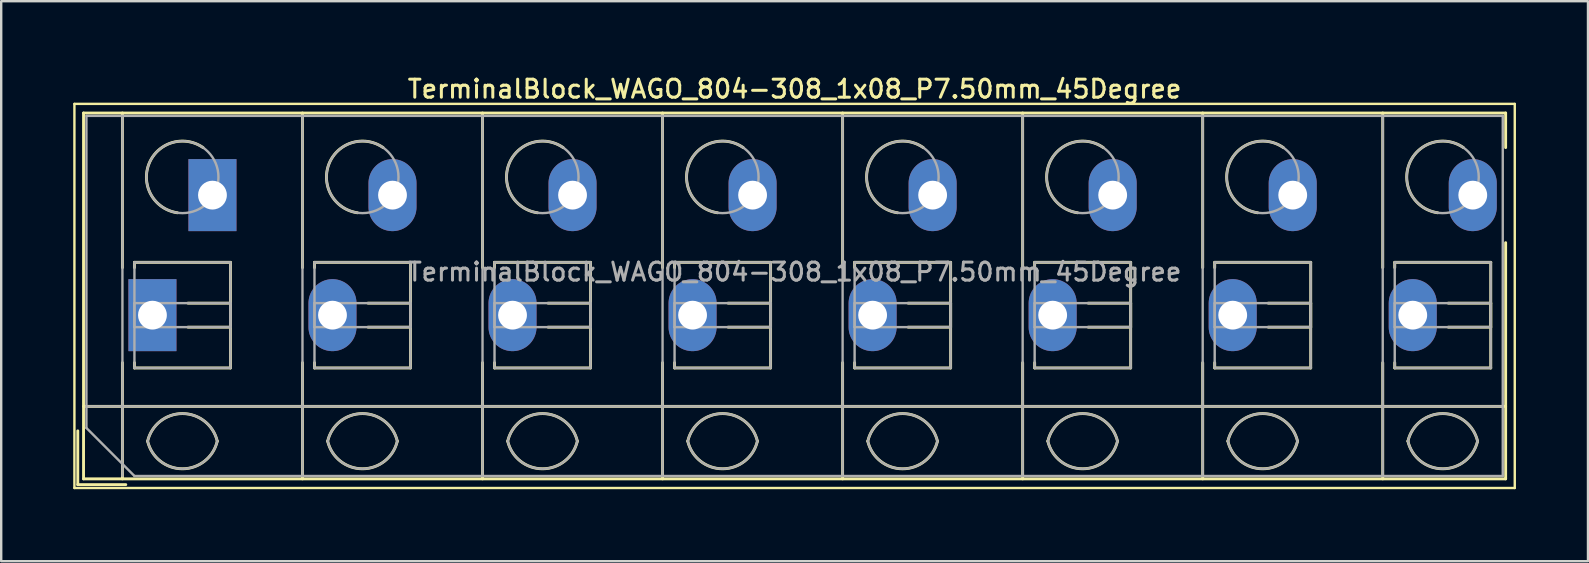
<source format=kicad_pcb>
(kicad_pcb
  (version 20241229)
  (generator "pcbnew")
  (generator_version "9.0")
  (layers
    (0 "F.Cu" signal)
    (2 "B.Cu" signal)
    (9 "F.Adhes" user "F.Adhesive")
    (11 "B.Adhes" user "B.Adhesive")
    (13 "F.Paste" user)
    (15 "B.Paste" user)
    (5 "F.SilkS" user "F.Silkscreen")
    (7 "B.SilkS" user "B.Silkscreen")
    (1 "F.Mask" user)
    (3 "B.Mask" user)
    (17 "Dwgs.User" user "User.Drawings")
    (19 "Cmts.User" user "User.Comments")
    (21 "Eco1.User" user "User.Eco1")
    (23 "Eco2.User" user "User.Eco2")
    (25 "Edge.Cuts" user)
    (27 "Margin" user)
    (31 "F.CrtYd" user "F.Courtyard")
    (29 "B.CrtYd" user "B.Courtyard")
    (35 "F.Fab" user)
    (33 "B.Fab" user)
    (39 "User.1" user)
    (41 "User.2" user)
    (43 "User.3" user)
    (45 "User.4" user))
  (footprint "TerminalBlock_WAGO_804-308_1x08_P7.50mm_45Degree"
    (layer "F.Cu")
    (at 3.3 10.078)
    (property "Reference" "TerminalBlock_WAGO_804-308_1x08_P7.50mm_45Degree" (at 26.75 -9.42 0) (layer "F.SilkS") (effects (font (size 0.75 0.75) (thickness 0.125))))
    (attr through_hole)
    (fp_line (start -3.25 -8.8) (end -3.25 7.2) (stroke (width 0.1) (type solid)) (layer "F.SilkS"))
    (fp_line (start -3.25 7.2) (end 56.75 7.2) (stroke (width 0.1) (type solid)) (layer "F.SilkS"))
    (fp_line (start -3.11 4.82) (end -3.11 7.06) (stroke (width 0.12) (type solid)) (layer "F.SilkS"))
    (fp_line (start -3.11 7.06) (end -1.11 7.06) (stroke (width 0.12) (type solid)) (layer "F.SilkS"))
    (fp_line (start -2.87 -8.42) (end -2.87 6.82) (stroke (width 0.12) (type solid)) (layer "F.SilkS"))
    (fp_line (start -2.87 -8.42) (end 56.37 -8.42) (stroke (width 0.12) (type solid)) (layer "F.SilkS"))
    (fp_line (start -2.87 3.8) (end 56.37 3.8) (stroke (width 0.12) (type solid)) (layer "F.SilkS"))
    (fp_line (start -2.87 6.82) (end 56.37 6.82) (stroke (width 0.12) (type solid)) (layer "F.SilkS"))
    (fp_line (start -1.25 -8.42) (end -1.25 -1.98) (stroke (width 0.12) (type solid)) (layer "F.SilkS"))
    (fp_line (start -1.25 1.98) (end -1.25 6.82) (stroke (width 0.12) (type solid)) (layer "F.SilkS"))
    (fp_line (start -0.75 -2.2) (end -0.75 -1.98) (stroke (width 0.12) (type solid)) (layer "F.SilkS"))
    (fp_line (start -0.75 -2.2) (end 3.25 -2.2) (stroke (width 0.12) (type solid)) (layer "F.SilkS"))
    (fp_line (start -0.75 1.98) (end -0.75 2.2) (stroke (width 0.12) (type solid)) (layer "F.SilkS"))
    (fp_line (start -0.75 2.2) (end 3.25 2.2) (stroke (width 0.12) (type solid)) (layer "F.SilkS"))
    (fp_line (start 1.48 -0.5) (end 3.25 -0.5) (stroke (width 0.12) (type solid)) (layer "F.SilkS"))
    (fp_line (start 1.48 0.5) (end 3.25 0.5) (stroke (width 0.12) (type solid)) (layer "F.SilkS"))
    (fp_line (start 3.25 -2.2) (end 3.25 2.2) (stroke (width 0.12) (type solid)) (layer "F.SilkS"))
    (fp_line (start 3.25 -0.5) (end 3.25 0.5) (stroke (width 0.12) (type solid)) (layer "F.SilkS"))
    (fp_line (start 6.25 -8.42) (end 6.25 -1.98) (stroke (width 0.12) (type solid)) (layer "F.SilkS"))
    (fp_line (start 6.25 1.98) (end 6.25 6.82) (stroke (width 0.12) (type solid)) (layer "F.SilkS"))
    (fp_line (start 6.75 -2.2) (end 6.75 -1.98) (stroke (width 0.12) (type solid)) (layer "F.SilkS"))
    (fp_line (start 6.75 -2.2) (end 10.75 -2.2) (stroke (width 0.12) (type solid)) (layer "F.SilkS"))
    (fp_line (start 6.75 1.98) (end 6.75 2.2) (stroke (width 0.12) (type solid)) (layer "F.SilkS"))
    (fp_line (start 6.75 2.2) (end 10.75 2.2) (stroke (width 0.12) (type solid)) (layer "F.SilkS"))
    (fp_line (start 8.98 -0.5) (end 10.75 -0.5) (stroke (width 0.12) (type solid)) (layer "F.SilkS"))
    (fp_line (start 8.98 0.5) (end 10.75 0.5) (stroke (width 0.12) (type solid)) (layer "F.SilkS"))
    (fp_line (start 10.75 -2.2) (end 10.75 2.2) (stroke (width 0.12) (type solid)) (layer "F.SilkS"))
    (fp_line (start 10.75 -0.5) (end 10.75 0.5) (stroke (width 0.12) (type solid)) (layer "F.SilkS"))
    (fp_line (start 13.75 -8.42) (end 13.75 -1.98) (stroke (width 0.12) (type solid)) (layer "F.SilkS"))
    (fp_line (start 13.75 1.98) (end 13.75 6.82) (stroke (width 0.12) (type solid)) (layer "F.SilkS"))
    (fp_line (start 14.25 -2.2) (end 14.25 -1.98) (stroke (width 0.12) (type solid)) (layer "F.SilkS"))
    (fp_line (start 14.25 -2.2) (end 18.25 -2.2) (stroke (width 0.12) (type solid)) (layer "F.SilkS"))
    (fp_line (start 14.25 1.98) (end 14.25 2.2) (stroke (width 0.12) (type solid)) (layer "F.SilkS"))
    (fp_line (start 14.25 2.2) (end 18.25 2.2) (stroke (width 0.12) (type solid)) (layer "F.SilkS"))
    (fp_line (start 16.48 -0.5) (end 18.25 -0.5) (stroke (width 0.12) (type solid)) (layer "F.SilkS"))
    (fp_line (start 16.48 0.5) (end 18.25 0.5) (stroke (width 0.12) (type solid)) (layer "F.SilkS"))
    (fp_line (start 18.25 -2.2) (end 18.25 2.2) (stroke (width 0.12) (type solid)) (layer "F.SilkS"))
    (fp_line (start 18.25 -0.5) (end 18.25 0.5) (stroke (width 0.12) (type solid)) (layer "F.SilkS"))
    (fp_line (start 21.25 -8.42) (end 21.25 -1.98) (stroke (width 0.12) (type solid)) (layer "F.SilkS"))
    (fp_line (start 21.25 1.98) (end 21.25 6.82) (stroke (width 0.12) (type solid)) (layer "F.SilkS"))
    (fp_line (start 21.75 -2.2) (end 21.75 -1.98) (stroke (width 0.12) (type solid)) (layer "F.SilkS"))
    (fp_line (start 21.75 -2.2) (end 25.75 -2.2) (stroke (width 0.12) (type solid)) (layer "F.SilkS"))
    (fp_line (start 21.75 1.98) (end 21.75 2.2) (stroke (width 0.12) (type solid)) (layer "F.SilkS"))
    (fp_line (start 21.75 2.2) (end 25.75 2.2) (stroke (width 0.12) (type solid)) (layer "F.SilkS"))
    (fp_line (start 23.98 -0.5) (end 25.75 -0.5) (stroke (width 0.12) (type solid)) (layer "F.SilkS"))
    (fp_line (start 23.98 0.5) (end 25.75 0.5) (stroke (width 0.12) (type solid)) (layer "F.SilkS"))
    (fp_line (start 25.75 -2.2) (end 25.75 2.2) (stroke (width 0.12) (type solid)) (layer "F.SilkS"))
    (fp_line (start 25.75 -0.5) (end 25.75 0.5) (stroke (width 0.12) (type solid)) (layer "F.SilkS"))
    (fp_line (start 28.75 -8.42) (end 28.75 -1.98) (stroke (width 0.12) (type solid)) (layer "F.SilkS"))
    (fp_line (start 28.75 1.98) (end 28.75 6.82) (stroke (width 0.12) (type solid)) (layer "F.SilkS"))
    (fp_line (start 29.25 -2.2) (end 29.25 -1.98) (stroke (width 0.12) (type solid)) (layer "F.SilkS"))
    (fp_line (start 29.25 -2.2) (end 33.25 -2.2) (stroke (width 0.12) (type solid)) (layer "F.SilkS"))
    (fp_line (start 29.25 1.98) (end 29.25 2.2) (stroke (width 0.12) (type solid)) (layer "F.SilkS"))
    (fp_line (start 29.25 2.2) (end 33.25 2.2) (stroke (width 0.12) (type solid)) (layer "F.SilkS"))
    (fp_line (start 31.48 -0.5) (end 33.25 -0.5) (stroke (width 0.12) (type solid)) (layer "F.SilkS"))
    (fp_line (start 31.48 0.5) (end 33.25 0.5) (stroke (width 0.12) (type solid)) (layer "F.SilkS"))
    (fp_line (start 33.25 -2.2) (end 33.25 2.2) (stroke (width 0.12) (type solid)) (layer "F.SilkS"))
    (fp_line (start 33.25 -0.5) (end 33.25 0.5) (stroke (width 0.12) (type solid)) (layer "F.SilkS"))
    (fp_line (start 36.25 -8.42) (end 36.25 -1.98) (stroke (width 0.12) (type solid)) (layer "F.SilkS"))
    (fp_line (start 36.25 1.98) (end 36.25 6.82) (stroke (width 0.12) (type solid)) (layer "F.SilkS"))
    (fp_line (start 36.75 -2.2) (end 36.75 -1.98) (stroke (width 0.12) (type solid)) (layer "F.SilkS"))
    (fp_line (start 36.75 -2.2) (end 40.75 -2.2) (stroke (width 0.12) (type solid)) (layer "F.SilkS"))
    (fp_line (start 36.75 1.98) (end 36.75 2.2) (stroke (width 0.12) (type solid)) (layer "F.SilkS"))
    (fp_line (start 36.75 2.2) (end 40.75 2.2) (stroke (width 0.12) (type solid)) (layer "F.SilkS"))
    (fp_line (start 38.98 -0.5) (end 40.75 -0.5) (stroke (width 0.12) (type solid)) (layer "F.SilkS"))
    (fp_line (start 38.98 0.5) (end 40.75 0.5) (stroke (width 0.12) (type solid)) (layer "F.SilkS"))
    (fp_line (start 40.75 -2.2) (end 40.75 2.2) (stroke (width 0.12) (type solid)) (layer "F.SilkS"))
    (fp_line (start 40.75 -0.5) (end 40.75 0.5) (stroke (width 0.12) (type solid)) (layer "F.SilkS"))
    (fp_line (start 43.75 -8.42) (end 43.75 -1.98) (stroke (width 0.12) (type solid)) (layer "F.SilkS"))
    (fp_line (start 43.75 1.98) (end 43.75 6.82) (stroke (width 0.12) (type solid)) (layer "F.SilkS"))
    (fp_line (start 44.25 -2.2) (end 44.25 -1.98) (stroke (width 0.12) (type solid)) (layer "F.SilkS"))
    (fp_line (start 44.25 -2.2) (end 48.25 -2.2) (stroke (width 0.12) (type solid)) (layer "F.SilkS"))
    (fp_line (start 44.25 1.98) (end 44.25 2.2) (stroke (width 0.12) (type solid)) (layer "F.SilkS"))
    (fp_line (start 44.25 2.2) (end 48.25 2.2) (stroke (width 0.12) (type solid)) (layer "F.SilkS"))
    (fp_line (start 46.48 -0.5) (end 48.25 -0.5) (stroke (width 0.12) (type solid)) (layer "F.SilkS"))
    (fp_line (start 46.48 0.5) (end 48.25 0.5) (stroke (width 0.12) (type solid)) (layer "F.SilkS"))
    (fp_line (start 48.25 -2.2) (end 48.25 2.2) (stroke (width 0.12) (type solid)) (layer "F.SilkS"))
    (fp_line (start 48.25 -0.5) (end 48.25 0.5) (stroke (width 0.12) (type solid)) (layer "F.SilkS"))
    (fp_line (start 51.25 -8.42) (end 51.25 -1.98) (stroke (width 0.12) (type solid)) (layer "F.SilkS"))
    (fp_line (start 51.25 1.98) (end 51.25 6.82) (stroke (width 0.12) (type solid)) (layer "F.SilkS"))
    (fp_line (start 51.75 -2.2) (end 51.75 -1.98) (stroke (width 0.12) (type solid)) (layer "F.SilkS"))
    (fp_line (start 51.75 -2.2) (end 55.75 -2.2) (stroke (width 0.12) (type solid)) (layer "F.SilkS"))
    (fp_line (start 51.75 1.98) (end 51.75 2.2) (stroke (width 0.12) (type solid)) (layer "F.SilkS"))
    (fp_line (start 51.75 2.2) (end 55.75 2.2) (stroke (width 0.12) (type solid)) (layer "F.SilkS"))
    (fp_line (start 53.98 -0.5) (end 55.75 -0.5) (stroke (width 0.12) (type solid)) (layer "F.SilkS"))
    (fp_line (start 53.98 0.5) (end 55.75 0.5) (stroke (width 0.12) (type solid)) (layer "F.SilkS"))
    (fp_line (start 55.75 -2.2) (end 55.75 2.2) (stroke (width 0.12) (type solid)) (layer "F.SilkS"))
    (fp_line (start 55.75 -0.5) (end 55.75 0.5) (stroke (width 0.12) (type solid)) (layer "F.SilkS"))
    (fp_line (start 56.37 -8.42) (end 56.37 -6.98) (stroke (width 0.12) (type solid)) (layer "F.SilkS"))
    (fp_line (start 56.37 -3.02) (end 56.37 6.82) (stroke (width 0.12) (type solid)) (layer "F.SilkS"))
    (fp_line (start 56.75 -8.8) (end -3.25 -8.8) (stroke (width 0.1) (type solid)) (layer "F.SilkS"))
    (fp_line (start 56.75 7.2) (end 56.75 -8.8) (stroke (width 0.1) (type solid)) (layer "F.SilkS"))
    (fp_arc (start -0.200865 5.250424) (mid 1.250296 4.099926) (end 2.701 5.251) (stroke (width 0.12) (type solid)) (layer "F.SilkS"))
    (fp_arc (start 1.040798 -4.264067) (mid -0.146039 -6.300306) (end 2.111 -6.979) (stroke (width 0.12) (type solid)) (layer "F.SilkS"))
    (fp_arc (start 2.7 5.25) (mid 1.250068 6.400101) (end -0.199969 5.250133) (stroke (width 0.12) (type solid)) (layer "F.SilkS"))
    (fp_arc (start 7.299135 5.250424) (mid 8.750296 4.099926) (end 10.201 5.251) (stroke (width 0.12) (type solid)) (layer "F.SilkS"))
    (fp_arc (start 8.540798 -4.264067) (mid 7.353961 -6.300306) (end 9.611 -6.979) (stroke (width 0.12) (type solid)) (layer "F.SilkS"))
    (fp_arc (start 10.2 5.25) (mid 8.750068 6.400101) (end 7.300031 5.250133) (stroke (width 0.12) (type solid)) (layer "F.SilkS"))
    (fp_arc (start 14.799135 5.250424) (mid 16.250296 4.099926) (end 17.701 5.251) (stroke (width 0.12) (type solid)) (layer "F.SilkS"))
    (fp_arc (start 16.040798 -4.264067) (mid 14.853961 -6.300306) (end 17.111 -6.979) (stroke (width 0.12) (type solid)) (layer "F.SilkS"))
    (fp_arc (start 17.7 5.25) (mid 16.250068 6.400101) (end 14.800031 5.250133) (stroke (width 0.12) (type solid)) (layer "F.SilkS"))
    (fp_arc (start 22.299135 5.250424) (mid 23.750296 4.099926) (end 25.201 5.251) (stroke (width 0.12) (type solid)) (layer "F.SilkS"))
    (fp_arc (start 23.540798 -4.264067) (mid 22.353961 -6.300306) (end 24.611 -6.979) (stroke (width 0.12) (type solid)) (layer "F.SilkS"))
    (fp_arc (start 25.2 5.25) (mid 23.750068 6.400101) (end 22.300031 5.250133) (stroke (width 0.12) (type solid)) (layer "F.SilkS"))
    (fp_arc (start 29.799135 5.250424) (mid 31.250296 4.099926) (end 32.701 5.251) (stroke (width 0.12) (type solid)) (layer "F.SilkS"))
    (fp_arc (start 31.040798 -4.264067) (mid 29.853961 -6.300306) (end 32.111 -6.979) (stroke (width 0.12) (type solid)) (layer "F.SilkS"))
    (fp_arc (start 32.701 5.25) (mid 31.250296 6.401074) (end 29.799135 5.250576) (stroke (width 0.12) (type solid)) (layer "F.SilkS"))
    (fp_arc (start 37.299135 5.250424) (mid 38.750296 4.099926) (end 40.201 5.251) (stroke (width 0.12) (type solid)) (layer "F.SilkS"))
    (fp_arc (start 38.540798 -4.264067) (mid 37.353961 -6.300306) (end 39.611 -6.979) (stroke (width 0.12) (type solid)) (layer "F.SilkS"))
    (fp_arc (start 40.2 5.25) (mid 38.750068 6.400101) (end 37.300031 5.250133) (stroke (width 0.12) (type solid)) (layer "F.SilkS"))
    (fp_arc (start 44.799135 5.250424) (mid 46.250296 4.099926) (end 47.701 5.251) (stroke (width 0.12) (type solid)) (layer "F.SilkS"))
    (fp_arc (start 46.040798 -4.264067) (mid 44.853961 -6.300306) (end 47.111 -6.979) (stroke (width 0.12) (type solid)) (layer "F.SilkS"))
    (fp_arc (start 47.7 5.25) (mid 46.250068 6.400101) (end 44.800031 5.250133) (stroke (width 0.12) (type solid)) (layer "F.SilkS"))
    (fp_arc (start 52.299135 5.250424) (mid 53.750296 4.099926) (end 55.201 5.251) (stroke (width 0.12) (type solid)) (layer "F.SilkS"))
    (fp_arc (start 53.540798 -4.264067) (mid 52.353961 -6.300306) (end 54.611 -6.979) (stroke (width 0.12) (type solid)) (layer "F.SilkS"))
    (fp_arc (start 55.2 5.25) (mid 53.750068 6.400101) (end 52.300031 5.250133) (stroke (width 0.12) (type solid)) (layer "F.SilkS"))
    (fp_line (start -2.75 -8.3) (end 56.25 -8.3) (stroke (width 0.1) (type solid)) (layer "F.Fab"))
    (fp_line (start -2.75 3.8) (end 56.25 3.8) (stroke (width 0.1) (type solid)) (layer "F.Fab"))
    (fp_line (start -2.75 4.7) (end -2.75 -8.3) (stroke (width 0.1) (type solid)) (layer "F.Fab"))
    (fp_line (start -1.25 -8.3) (end -1.25 6.7) (stroke (width 0.1) (type solid)) (layer "F.Fab"))
    (fp_line (start -0.75 -2.2) (end -0.75 2.2) (stroke (width 0.1) (type solid)) (layer "F.Fab"))
    (fp_line (start -0.75 -0.5) (end -0.75 0.5) (stroke (width 0.1) (type solid)) (layer "F.Fab"))
    (fp_line (start -0.75 0.5) (end 3.25 0.5) (stroke (width 0.1) (type solid)) (layer "F.Fab"))
    (fp_line (start -0.75 2.2) (end 3.25 2.2) (stroke (width 0.1) (type solid)) (layer "F.Fab"))
    (fp_line (start -0.75 6.7) (end -2.75 4.7) (stroke (width 0.1) (type solid)) (layer "F.Fab"))
    (fp_line (start 3.25 -2.2) (end -0.75 -2.2) (stroke (width 0.1) (type solid)) (layer "F.Fab"))
    (fp_line (start 3.25 -0.5) (end -0.75 -0.5) (stroke (width 0.1) (type solid)) (layer "F.Fab"))
    (fp_line (start 3.25 0.5) (end 3.25 -0.5) (stroke (width 0.1) (type solid)) (layer "F.Fab"))
    (fp_line (start 3.25 2.2) (end 3.25 -2.2) (stroke (width 0.1) (type solid)) (layer "F.Fab"))
    (fp_line (start 6.25 -8.3) (end 6.25 6.7) (stroke (width 0.1) (type solid)) (layer "F.Fab"))
    (fp_line (start 6.75 -2.2) (end 6.75 2.2) (stroke (width 0.1) (type solid)) (layer "F.Fab"))
    (fp_line (start 6.75 -0.5) (end 6.75 0.5) (stroke (width 0.1) (type solid)) (layer "F.Fab"))
    (fp_line (start 6.75 0.5) (end 10.75 0.5) (stroke (width 0.1) (type solid)) (layer "F.Fab"))
    (fp_line (start 6.75 2.2) (end 10.75 2.2) (stroke (width 0.1) (type solid)) (layer "F.Fab"))
    (fp_line (start 10.75 -2.2) (end 6.75 -2.2) (stroke (width 0.1) (type solid)) (layer "F.Fab"))
    (fp_line (start 10.75 -0.5) (end 6.75 -0.5) (stroke (width 0.1) (type solid)) (layer "F.Fab"))
    (fp_line (start 10.75 0.5) (end 10.75 -0.5) (stroke (width 0.1) (type solid)) (layer "F.Fab"))
    (fp_line (start 10.75 2.2) (end 10.75 -2.2) (stroke (width 0.1) (type solid)) (layer "F.Fab"))
    (fp_line (start 13.75 -8.3) (end 13.75 6.7) (stroke (width 0.1) (type solid)) (layer "F.Fab"))
    (fp_line (start 14.25 -2.2) (end 14.25 2.2) (stroke (width 0.1) (type solid)) (layer "F.Fab"))
    (fp_line (start 14.25 -0.5) (end 14.25 0.5) (stroke (width 0.1) (type solid)) (layer "F.Fab"))
    (fp_line (start 14.25 0.5) (end 18.25 0.5) (stroke (width 0.1) (type solid)) (layer "F.Fab"))
    (fp_line (start 14.25 2.2) (end 18.25 2.2) (stroke (width 0.1) (type solid)) (layer "F.Fab"))
    (fp_line (start 18.25 -2.2) (end 14.25 -2.2) (stroke (width 0.1) (type solid)) (layer "F.Fab"))
    (fp_line (start 18.25 -0.5) (end 14.25 -0.5) (stroke (width 0.1) (type solid)) (layer "F.Fab"))
    (fp_line (start 18.25 0.5) (end 18.25 -0.5) (stroke (width 0.1) (type solid)) (layer "F.Fab"))
    (fp_line (start 18.25 2.2) (end 18.25 -2.2) (stroke (width 0.1) (type solid)) (layer "F.Fab"))
    (fp_line (start 21.25 -8.3) (end 21.25 6.7) (stroke (width 0.1) (type solid)) (layer "F.Fab"))
    (fp_line (start 21.75 -2.2) (end 21.75 2.2) (stroke (width 0.1) (type solid)) (layer "F.Fab"))
    (fp_line (start 21.75 -0.5) (end 21.75 0.5) (stroke (width 0.1) (type solid)) (layer "F.Fab"))
    (fp_line (start 21.75 0.5) (end 25.75 0.5) (stroke (width 0.1) (type solid)) (layer "F.Fab"))
    (fp_line (start 21.75 2.2) (end 25.75 2.2) (stroke (width 0.1) (type solid)) (layer "F.Fab"))
    (fp_line (start 25.75 -2.2) (end 21.75 -2.2) (stroke (width 0.1) (type solid)) (layer "F.Fab"))
    (fp_line (start 25.75 -0.5) (end 21.75 -0.5) (stroke (width 0.1) (type solid)) (layer "F.Fab"))
    (fp_line (start 25.75 0.5) (end 25.75 -0.5) (stroke (width 0.1) (type solid)) (layer "F.Fab"))
    (fp_line (start 25.75 2.2) (end 25.75 -2.2) (stroke (width 0.1) (type solid)) (layer "F.Fab"))
    (fp_line (start 28.75 -8.3) (end 28.75 6.7) (stroke (width 0.1) (type solid)) (layer "F.Fab"))
    (fp_line (start 29.25 -2.2) (end 29.25 2.2) (stroke (width 0.1) (type solid)) (layer "F.Fab"))
    (fp_line (start 29.25 -0.5) (end 29.25 0.5) (stroke (width 0.1) (type solid)) (layer "F.Fab"))
    (fp_line (start 29.25 0.5) (end 33.25 0.5) (stroke (width 0.1) (type solid)) (layer "F.Fab"))
    (fp_line (start 29.25 2.2) (end 33.25 2.2) (stroke (width 0.1) (type solid)) (layer "F.Fab"))
    (fp_line (start 33.25 -2.2) (end 29.25 -2.2) (stroke (width 0.1) (type solid)) (layer "F.Fab"))
    (fp_line (start 33.25 -0.5) (end 29.25 -0.5) (stroke (width 0.1) (type solid)) (layer "F.Fab"))
    (fp_line (start 33.25 0.5) (end 33.25 -0.5) (stroke (width 0.1) (type solid)) (layer "F.Fab"))
    (fp_line (start 33.25 2.2) (end 33.25 -2.2) (stroke (width 0.1) (type solid)) (layer "F.Fab"))
    (fp_line (start 36.25 -8.3) (end 36.25 6.7) (stroke (width 0.1) (type solid)) (layer "F.Fab"))
    (fp_line (start 36.75 -2.2) (end 36.75 2.2) (stroke (width 0.1) (type solid)) (layer "F.Fab"))
    (fp_line (start 36.75 -0.5) (end 36.75 0.5) (stroke (width 0.1) (type solid)) (layer "F.Fab"))
    (fp_line (start 36.75 0.5) (end 40.75 0.5) (stroke (width 0.1) (type solid)) (layer "F.Fab"))
    (fp_line (start 36.75 2.2) (end 40.75 2.2) (stroke (width 0.1) (type solid)) (layer "F.Fab"))
    (fp_line (start 40.75 -2.2) (end 36.75 -2.2) (stroke (width 0.1) (type solid)) (layer "F.Fab"))
    (fp_line (start 40.75 -0.5) (end 36.75 -0.5) (stroke (width 0.1) (type solid)) (layer "F.Fab"))
    (fp_line (start 40.75 0.5) (end 40.75 -0.5) (stroke (width 0.1) (type solid)) (layer "F.Fab"))
    (fp_line (start 40.75 2.2) (end 40.75 -2.2) (stroke (width 0.1) (type solid)) (layer "F.Fab"))
    (fp_line (start 43.75 -8.3) (end 43.75 6.7) (stroke (width 0.1) (type solid)) (layer "F.Fab"))
    (fp_line (start 44.25 -2.2) (end 44.25 2.2) (stroke (width 0.1) (type solid)) (layer "F.Fab"))
    (fp_line (start 44.25 -0.5) (end 44.25 0.5) (stroke (width 0.1) (type solid)) (layer "F.Fab"))
    (fp_line (start 44.25 0.5) (end 48.25 0.5) (stroke (width 0.1) (type solid)) (layer "F.Fab"))
    (fp_line (start 44.25 2.2) (end 48.25 2.2) (stroke (width 0.1) (type solid)) (layer "F.Fab"))
    (fp_line (start 48.25 -2.2) (end 44.25 -2.2) (stroke (width 0.1) (type solid)) (layer "F.Fab"))
    (fp_line (start 48.25 -0.5) (end 44.25 -0.5) (stroke (width 0.1) (type solid)) (layer "F.Fab"))
    (fp_line (start 48.25 0.5) (end 48.25 -0.5) (stroke (width 0.1) (type solid)) (layer "F.Fab"))
    (fp_line (start 48.25 2.2) (end 48.25 -2.2) (stroke (width 0.1) (type solid)) (layer "F.Fab"))
    (fp_line (start 51.25 -8.3) (end 51.25 6.7) (stroke (width 0.1) (type solid)) (layer "F.Fab"))
    (fp_line (start 51.75 -2.2) (end 51.75 2.2) (stroke (width 0.1) (type solid)) (layer "F.Fab"))
    (fp_line (start 51.75 -0.5) (end 51.75 0.5) (stroke (width 0.1) (type solid)) (layer "F.Fab"))
    (fp_line (start 51.75 0.5) (end 55.75 0.5) (stroke (width 0.1) (type solid)) (layer "F.Fab"))
    (fp_line (start 51.75 2.2) (end 55.75 2.2) (stroke (width 0.1) (type solid)) (layer "F.Fab"))
    (fp_line (start 55.75 -2.2) (end 51.75 -2.2) (stroke (width 0.1) (type solid)) (layer "F.Fab"))
    (fp_line (start 55.75 -0.5) (end 51.75 -0.5) (stroke (width 0.1) (type solid)) (layer "F.Fab"))
    (fp_line (start 55.75 0.5) (end 55.75 -0.5) (stroke (width 0.1) (type solid)) (layer "F.Fab"))
    (fp_line (start 55.75 2.2) (end 55.75 -2.2) (stroke (width 0.1) (type solid)) (layer "F.Fab"))
    (fp_line (start 56.25 -8.3) (end 56.25 6.7) (stroke (width 0.1) (type solid)) (layer "F.Fab"))
    (fp_line (start 56.25 6.7) (end -0.75 6.7) (stroke (width 0.1) (type solid)) (layer "F.Fab"))
    (fp_arc (start -0.200865 5.250424) (mid 1.250296 4.099926) (end 2.701 5.251) (stroke (width 0.1) (type solid)) (layer "F.Fab"))
    (fp_arc (start 2.7 5.25) (mid 1.250068 6.400101) (end -0.199969 5.250133) (stroke (width 0.1) (type solid)) (layer "F.Fab"))
    (fp_arc (start 7.299135 5.250424) (mid 8.750296 4.099926) (end 10.201 5.251) (stroke (width 0.1) (type solid)) (layer "F.Fab"))
    (fp_arc (start 10.2 5.25) (mid 8.750068 6.400101) (end 7.300031 5.250133) (stroke (width 0.1) (type solid)) (layer "F.Fab"))
    (fp_arc (start 14.799135 5.250424) (mid 16.250296 4.099926) (end 17.701 5.251) (stroke (width 0.1) (type solid)) (layer "F.Fab"))
    (fp_arc (start 17.7 5.25) (mid 16.250068 6.400101) (end 14.800031 5.250133) (stroke (width 0.1) (type solid)) (layer "F.Fab"))
    (fp_arc (start 22.299135 5.250424) (mid 23.750296 4.099926) (end 25.201 5.251) (stroke (width 0.1) (type solid)) (layer "F.Fab"))
    (fp_arc (start 25.2 5.25) (mid 23.750068 6.400101) (end 22.300031 5.250133) (stroke (width 0.1) (type solid)) (layer "F.Fab"))
    (fp_arc (start 29.799135 5.250424) (mid 31.250296 4.099926) (end 32.701 5.251) (stroke (width 0.1) (type solid)) (layer "F.Fab"))
    (fp_arc (start 32.701 5.25) (mid 31.250296 6.401074) (end 29.799135 5.250576) (stroke (width 0.1) (type solid)) (layer "F.Fab"))
    (fp_arc (start 37.299135 5.250424) (mid 38.750296 4.099926) (end 40.201 5.251) (stroke (width 0.1) (type solid)) (layer "F.Fab"))
    (fp_arc (start 40.2 5.25) (mid 38.750068 6.400101) (end 37.300031 5.250133) (stroke (width 0.1) (type solid)) (layer "F.Fab"))
    (fp_arc (start 44.799135 5.250424) (mid 46.250296 4.099926) (end 47.701 5.251) (stroke (width 0.1) (type solid)) (layer "F.Fab"))
    (fp_arc (start 47.7 5.25) (mid 46.250068 6.400101) (end 44.800031 5.250133) (stroke (width 0.1) (type solid)) (layer "F.Fab"))
    (fp_arc (start 52.299135 5.250424) (mid 53.750296 4.099926) (end 55.201 5.251) (stroke (width 0.1) (type solid)) (layer "F.Fab"))
    (fp_arc (start 55.2 5.25) (mid 53.750068 6.400101) (end 52.300031 5.250133) (stroke (width 0.1) (type solid)) (layer "F.Fab"))
    (fp_circle (center 1.25 -5.75) (end 2.75 -5.75) (stroke (width 0.1) (type solid)) (fill no) (layer "F.Fab"))
    (fp_circle (center 8.75 -5.75) (end 10.25 -5.75) (stroke (width 0.1) (type solid)) (fill no) (layer "F.Fab"))
    (fp_circle (center 16.25 -5.75) (end 17.75 -5.75) (stroke (width 0.1) (type solid)) (fill no) (layer "F.Fab"))
    (fp_circle (center 23.75 -5.75) (end 25.25 -5.75) (stroke (width 0.1) (type solid)) (fill no) (layer "F.Fab"))
    (fp_circle (center 31.25 -5.75) (end 32.75 -5.75) (stroke (width 0.1) (type solid)) (fill no) (layer "F.Fab"))
    (fp_circle (center 38.75 -5.75) (end 40.25 -5.75) (stroke (width 0.1) (type solid)) (fill no) (layer "F.Fab"))
    (fp_circle (center 46.25 -5.75) (end 47.75 -5.75) (stroke (width 0.1) (type solid)) (fill no) (layer "F.Fab"))
    (fp_circle (center 53.75 -5.75) (end 55.25 -5.75) (stroke (width 0.1) (type solid)) (fill no) (layer "F.Fab"))
    (fp_text user "${REFERENCE}" (at 26.75 -1.8 0) (layer "F.Fab") (effects (font (size 0.75 0.75) (thickness 0.125))))
    (pad "1" thru_hole rect (at 0 0) (size 2 3) (drill 1.2) (layers "*.Cu" "*.Mask"))
    (pad "1" thru_hole rect (at 2.5 -5) (size 2 3) (drill 1.2) (layers "*.Cu" "*.Mask"))
    (pad "2" thru_hole oval (at 7.5 0) (size 2 3) (drill 1.2) (layers "*.Cu" "*.Mask"))
    (pad "2" thru_hole oval (at 10 -5) (size 2 3) (drill 1.2) (layers "*.Cu" "*.Mask"))
    (pad "3" thru_hole oval (at 15 0) (size 2 3) (drill 1.2) (layers "*.Cu" "*.Mask"))
    (pad "3" thru_hole oval (at 17.5 -5) (size 2 3) (drill 1.2) (layers "*.Cu" "*.Mask"))
    (pad "4" thru_hole oval (at 22.5 0) (size 2 3) (drill 1.2) (layers "*.Cu" "*.Mask"))
    (pad "4" thru_hole oval (at 25 -5) (size 2 3) (drill 1.2) (layers "*.Cu" "*.Mask"))
    (pad "5" thru_hole oval (at 30 0) (size 2 3) (drill 1.2) (layers "*.Cu" "*.Mask"))
    (pad "5" thru_hole oval (at 32.5 -5) (size 2 3) (drill 1.2) (layers "*.Cu" "*.Mask"))
    (pad "6" thru_hole oval (at 37.5 0) (size 2 3) (drill 1.2) (layers "*.Cu" "*.Mask"))
    (pad "6" thru_hole oval (at 40 -5) (size 2 3) (drill 1.2) (layers "*.Cu" "*.Mask"))
    (pad "7" thru_hole oval (at 45 0) (size 2 3) (drill 1.2) (layers "*.Cu" "*.Mask"))
    (pad "7" thru_hole oval (at 47.5 -5) (size 2 3) (drill 1.2) (layers "*.Cu" "*.Mask"))
    (pad "8" thru_hole oval (at 52.5 0) (size 2 3) (drill 1.2) (layers "*.Cu" "*.Mask"))
    (pad "8" thru_hole oval (at 55 -5) (size 2 3) (drill 1.2) (layers "*.Cu" "*.Mask")))
  (gr_rect
    (start -3 -3)
    (end 63.1 20.328)
    (stroke (width 0.1) (type default))
    (fill no)
    (layer "Edge.Cuts")))
</source>
